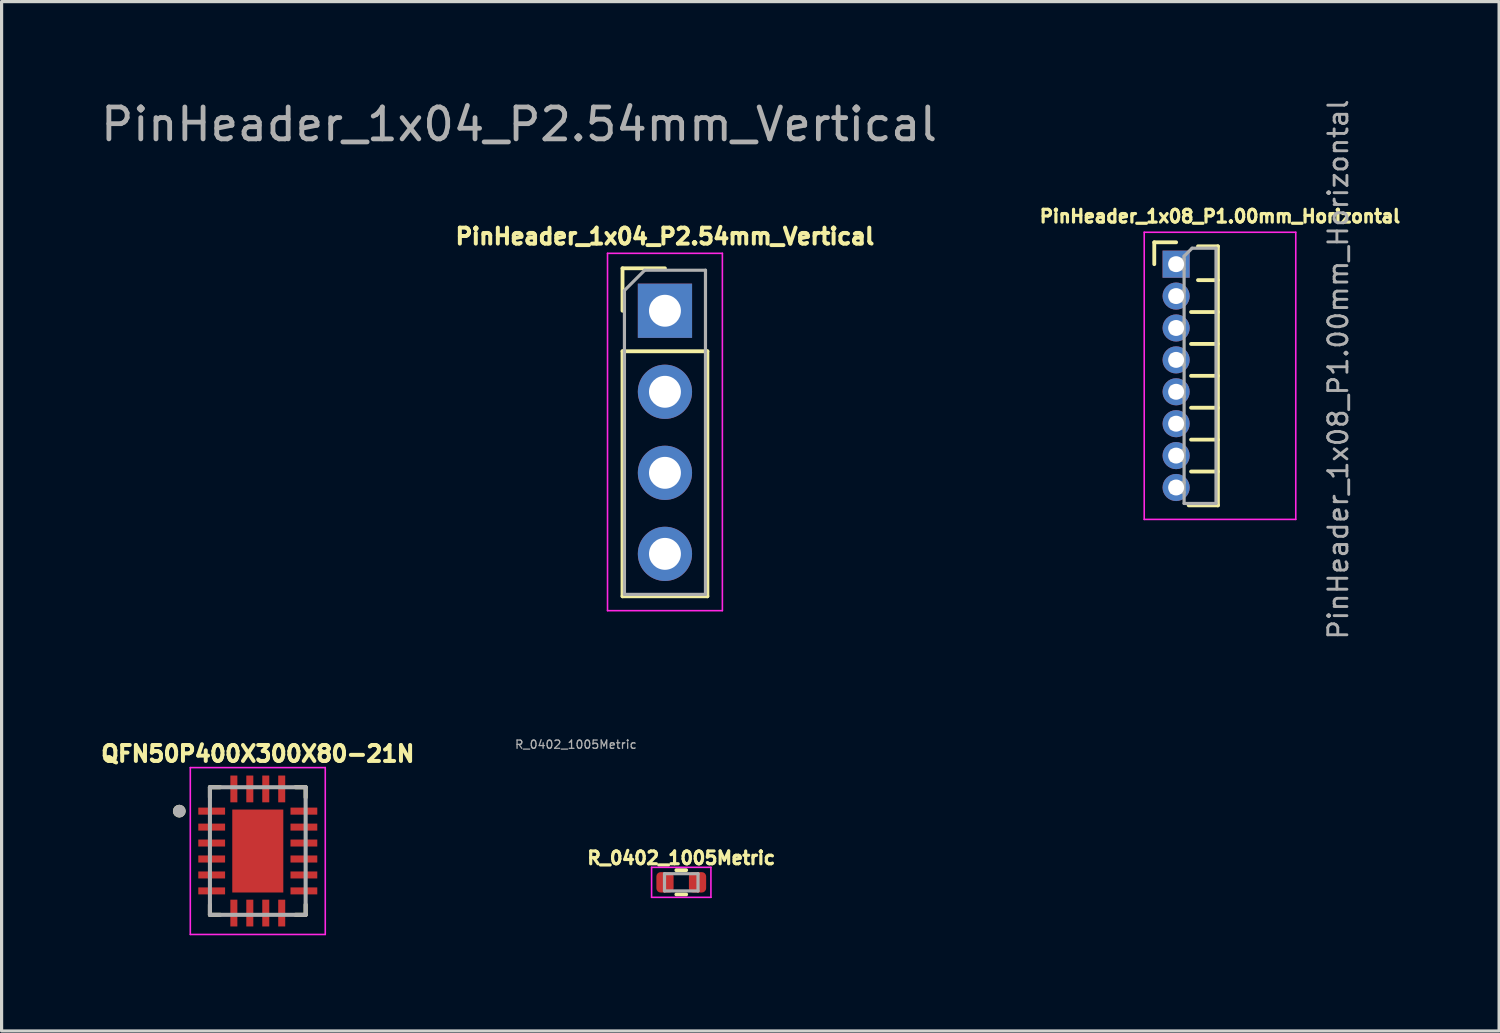
<source format=kicad_pcb>
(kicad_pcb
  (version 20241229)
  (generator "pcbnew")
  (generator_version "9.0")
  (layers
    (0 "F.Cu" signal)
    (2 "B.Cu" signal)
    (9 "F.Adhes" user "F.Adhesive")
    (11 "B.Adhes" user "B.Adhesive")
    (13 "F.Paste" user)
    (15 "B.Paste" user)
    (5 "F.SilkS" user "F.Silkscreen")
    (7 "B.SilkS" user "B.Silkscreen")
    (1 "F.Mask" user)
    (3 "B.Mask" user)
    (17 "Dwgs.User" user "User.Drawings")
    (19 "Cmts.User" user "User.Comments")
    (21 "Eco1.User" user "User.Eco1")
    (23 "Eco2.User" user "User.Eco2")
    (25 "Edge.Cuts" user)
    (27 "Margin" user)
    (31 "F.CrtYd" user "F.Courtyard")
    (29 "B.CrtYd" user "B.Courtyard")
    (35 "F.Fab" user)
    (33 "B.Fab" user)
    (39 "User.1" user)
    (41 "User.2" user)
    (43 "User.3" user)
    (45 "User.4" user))
  (footprint "QFN50P400X300X80-21N"
    (layer "F.Cu")
    (at 5.03 23.624)
    (property "Reference" "QFN50P400X300X80-21N" (at 0 -3.048 0) (layer "F.SilkS") (effects (font (size 0.5 0.5) (thickness 0.125))))
    (attr smd)
    (fp_line (start -1.5 -2) (end -1.5 -1.68) (stroke (width 0.127) (type solid)) (layer "F.SilkS"))
    (fp_line (start -1.5 -2) (end -1.18 -2) (stroke (width 0.127) (type solid)) (layer "F.SilkS"))
    (fp_line (start -1.5 2) (end -1.5 1.68) (stroke (width 0.127) (type solid)) (layer "F.SilkS"))
    (fp_line (start -1.5 2) (end -1.18 2) (stroke (width 0.127) (type solid)) (layer "F.SilkS"))
    (fp_line (start 1.5 -2) (end 1.18 -2) (stroke (width 0.127) (type solid)) (layer "F.SilkS"))
    (fp_line (start 1.5 -2) (end 1.5 -1.68) (stroke (width 0.127) (type solid)) (layer "F.SilkS"))
    (fp_line (start 1.5 2) (end 1.18 2) (stroke (width 0.127) (type solid)) (layer "F.SilkS"))
    (fp_line (start 1.5 2) (end 1.5 1.68) (stroke (width 0.127) (type solid)) (layer "F.SilkS"))
    (fp_circle (center -2.46 -1.25) (end -2.36 -1.25) (stroke (width 0.2) (type solid)) (fill no) (layer "F.SilkS"))
    (fp_poly (pts (xy -0.51 -0.82) (xy 0.51 -0.82) (xy 0.51 0.82) (xy -0.51 0.82)) (stroke (width 0.01) (type solid)) (fill yes) (layer "F.Paste"))
    (fp_line (start -2.115 -2.615) (end 2.115 -2.615) (stroke (width 0.05) (type solid)) (layer "F.CrtYd"))
    (fp_line (start -2.115 2.615) (end -2.115 -2.615) (stroke (width 0.05) (type solid)) (layer "F.CrtYd"))
    (fp_line (start -2.115 2.615) (end 2.115 2.615) (stroke (width 0.05) (type solid)) (layer "F.CrtYd"))
    (fp_line (start 2.115 2.615) (end 2.115 -2.615) (stroke (width 0.05) (type solid)) (layer "F.CrtYd"))
    (fp_line (start -1.5 2) (end -1.5 -2) (stroke (width 0.127) (type solid)) (layer "F.Fab"))
    (fp_line (start 1.5 -2) (end -1.5 -2) (stroke (width 0.127) (type solid)) (layer "F.Fab"))
    (fp_line (start 1.5 2) (end -1.5 2) (stroke (width 0.127) (type solid)) (layer "F.Fab"))
    (fp_line (start 1.5 2) (end 1.5 -2) (stroke (width 0.127) (type solid)) (layer "F.Fab"))
    (fp_circle (center -2.46 -1.25) (end -2.36 -1.25) (stroke (width 0.2) (type solid)) (fill no) (layer "F.Fab"))
    (pad "1" smd roundrect (at -1.445 -1.25) (size 0.84 0.22) (layers "F.Cu" "F.Mask" "F.Paste") (roundrect_rratio 0.03))
    (pad "2" smd roundrect (at -1.445 -0.75) (size 0.84 0.22) (layers "F.Cu" "F.Mask" "F.Paste") (roundrect_rratio 0.03))
    (pad "3" smd roundrect (at -1.445 -0.25) (size 0.84 0.22) (layers "F.Cu" "F.Mask" "F.Paste") (roundrect_rratio 0.03))
    (pad "4" smd roundrect (at -1.445 0.25) (size 0.84 0.22) (layers "F.Cu" "F.Mask" "F.Paste") (roundrect_rratio 0.03))
    (pad "5" smd roundrect (at -1.445 0.75) (size 0.84 0.22) (layers "F.Cu" "F.Mask" "F.Paste") (roundrect_rratio 0.03))
    (pad "6" smd roundrect (at -1.445 1.25) (size 0.84 0.22) (layers "F.Cu" "F.Mask" "F.Paste") (roundrect_rratio 0.03))
    (pad "7" smd roundrect (at -0.75 1.945 90) (size 0.84 0.22) (layers "F.Cu" "F.Mask" "F.Paste") (roundrect_rratio 0.03))
    (pad "8" smd roundrect (at -0.25 1.945 90) (size 0.84 0.22) (layers "F.Cu" "F.Mask" "F.Paste") (roundrect_rratio 0.03))
    (pad "9" smd roundrect (at 0.25 1.945 90) (size 0.84 0.22) (layers "F.Cu" "F.Mask" "F.Paste") (roundrect_rratio 0.03))
    (pad "10" smd roundrect (at 0.75 1.945 90) (size 0.84 0.22) (layers "F.Cu" "F.Mask" "F.Paste") (roundrect_rratio 0.03))
    (pad "11" smd roundrect (at 1.445 1.25) (size 0.84 0.22) (layers "F.Cu" "F.Mask" "F.Paste") (roundrect_rratio 0.03))
    (pad "12" smd roundrect (at 1.445 0.75) (size 0.84 0.22) (layers "F.Cu" "F.Mask" "F.Paste") (roundrect_rratio 0.03))
    (pad "13" smd roundrect (at 1.445 0.25) (size 0.84 0.22) (layers "F.Cu" "F.Mask" "F.Paste") (roundrect_rratio 0.03))
    (pad "14" smd roundrect (at 1.445 -0.25) (size 0.84 0.22) (layers "F.Cu" "F.Mask" "F.Paste") (roundrect_rratio 0.03))
    (pad "15" smd roundrect (at 1.445 -0.75) (size 0.84 0.22) (layers "F.Cu" "F.Mask" "F.Paste") (roundrect_rratio 0.03))
    (pad "16" smd roundrect (at 1.445 -1.25) (size 0.84 0.22) (layers "F.Cu" "F.Mask" "F.Paste") (roundrect_rratio 0.03))
    (pad "17" smd roundrect (at 0.75 -1.945 90) (size 0.84 0.22) (layers "F.Cu" "F.Mask" "F.Paste") (roundrect_rratio 0.03))
    (pad "18" smd roundrect (at 0.25 -1.945 90) (size 0.84 0.22) (layers "F.Cu" "F.Mask" "F.Paste") (roundrect_rratio 0.03))
    (pad "19" smd roundrect (at -0.25 -1.945 90) (size 0.84 0.22) (layers "F.Cu" "F.Mask" "F.Paste") (roundrect_rratio 0.03))
    (pad "20" smd roundrect (at -0.75 -1.945 90) (size 0.84 0.22) (layers "F.Cu" "F.Mask" "F.Paste") (roundrect_rratio 0.03))
    (pad "21" smd rect (at 0 0) (size 1.6 2.6) (layers "F.Cu" "F.Mask")))
  (footprint "R_0402_1005Metric"
    (layer "F.Cu")
    (at 18.303 24.605)
    (property "Reference" "R_0402_1005Metric" (at 0 -0.762 0) (layer "F.SilkS") (effects (font (size 0.4 0.4) (thickness 0.1))))
    (attr smd)
    (fp_line (start -0.154 -0.38) (end 0.154 -0.38) (stroke (width 0.12) (type solid)) (layer "F.SilkS"))
    (fp_line (start -0.154 0.38) (end 0.154 0.38) (stroke (width 0.12) (type solid)) (layer "F.SilkS"))
    (fp_line (start -0.93 -0.47) (end 0.93 -0.47) (stroke (width 0.05) (type solid)) (layer "F.CrtYd"))
    (fp_line (start -0.93 0.47) (end -0.93 -0.47) (stroke (width 0.05) (type solid)) (layer "F.CrtYd"))
    (fp_line (start 0.93 -0.47) (end 0.93 0.47) (stroke (width 0.05) (type solid)) (layer "F.CrtYd"))
    (fp_line (start 0.93 0.47) (end -0.93 0.47) (stroke (width 0.05) (type solid)) (layer "F.CrtYd"))
    (fp_line (start -0.525 -0.27) (end 0.525 -0.27) (stroke (width 0.1) (type solid)) (layer "F.Fab"))
    (fp_line (start -0.525 0.27) (end -0.525 -0.27) (stroke (width 0.1) (type solid)) (layer "F.Fab"))
    (fp_line (start 0.525 -0.27) (end 0.525 0.27) (stroke (width 0.1) (type solid)) (layer "F.Fab"))
    (fp_line (start 0.525 0.27) (end -0.525 0.27) (stroke (width 0.1) (type solid)) (layer "F.Fab"))
    (fp_text user "${REFERENCE}" (at -3.302 -4.318 0) (layer "F.Fab") (effects (font (size 0.26 0.26) (thickness 0.04))))
    (pad "1" smd roundrect (at -0.51 0) (size 0.54 0.64) (layers "F.Cu" "F.Mask" "F.Paste") (roundrect_rratio 0.25))
    (pad "2" smd roundrect (at 0.51 0) (size 0.54 0.64) (layers "F.Cu" "F.Mask" "F.Paste") (roundrect_rratio 0.25)))
  (footprint "PinHeader_1x04_P2.54mm_Vertical"
    (layer "F.Cu")
    (at 17.792 6.69)
    (property "Reference" "PinHeader_1x04_P2.54mm_Vertical" (at 0 -2.33 0) (layer "F.SilkS") (effects (font (size 0.5 0.5) (thickness 0.125))))
    (attr through_hole)
    (fp_line (start -1.33 -1.33) (end 0 -1.33) (stroke (width 0.12) (type solid)) (layer "F.SilkS"))
    (fp_line (start -1.33 0) (end -1.33 -1.33) (stroke (width 0.12) (type solid)) (layer "F.SilkS"))
    (fp_line (start -1.33 1.27) (end -1.33 8.95) (stroke (width 0.12) (type solid)) (layer "F.SilkS"))
    (fp_line (start -1.33 1.27) (end 1.33 1.27) (stroke (width 0.12) (type solid)) (layer "F.SilkS"))
    (fp_line (start -1.33 8.95) (end 1.33 8.95) (stroke (width 0.12) (type solid)) (layer "F.SilkS"))
    (fp_line (start 1.33 1.27) (end 1.33 8.95) (stroke (width 0.12) (type solid)) (layer "F.SilkS"))
    (fp_line (start -1.8 -1.8) (end -1.8 9.4) (stroke (width 0.05) (type solid)) (layer "F.CrtYd"))
    (fp_line (start -1.8 9.4) (end 1.8 9.4) (stroke (width 0.05) (type solid)) (layer "F.CrtYd"))
    (fp_line (start 1.8 -1.8) (end -1.8 -1.8) (stroke (width 0.05) (type solid)) (layer "F.CrtYd"))
    (fp_line (start 1.8 9.4) (end 1.8 -1.8) (stroke (width 0.05) (type solid)) (layer "F.CrtYd"))
    (fp_line (start -1.27 -0.635) (end -0.635 -1.27) (stroke (width 0.1) (type solid)) (layer "F.Fab"))
    (fp_line (start -1.27 8.89) (end -1.27 -0.635) (stroke (width 0.1) (type solid)) (layer "F.Fab"))
    (fp_line (start -0.635 -1.27) (end 1.27 -1.27) (stroke (width 0.1) (type solid)) (layer "F.Fab"))
    (fp_line (start 1.27 -1.27) (end 1.27 8.89) (stroke (width 0.1) (type solid)) (layer "F.Fab"))
    (fp_line (start 1.27 8.89) (end -1.27 8.89) (stroke (width 0.1) (type solid)) (layer "F.Fab"))
    (fp_text user "${REFERENCE}" (at -4.572 -5.842 180) (layer "F.Fab") (effects (font (size 1 1) (thickness 0.15))))
    (pad "1" thru_hole rect (at 0 0) (size 1.7 1.7) (drill 1) (layers "*.Cu" "*.Mask"))
    (pad "2" thru_hole oval (at 0 2.54) (size 1.7 1.7) (drill 1) (layers "*.Cu" "*.Mask"))
    (pad "3" thru_hole oval (at 0 5.08) (size 1.7 1.7) (drill 1) (layers "*.Cu" "*.Mask"))
    (pad "4" thru_hole oval (at 0 7.62) (size 1.7 1.7) (drill 1) (layers "*.Cu" "*.Mask")))
  (footprint "PinHeader_1x08_P1.00mm_Horizontal"
    (layer "F.Cu")
    (at 33.814 5.23)
    (property "Reference" "PinHeader_1x08_P1.00mm_Horizontal" (at 1.375 -1.5 0) (layer "F.SilkS") (effects (font (size 0.4 0.4) (thickness 0.1))))
    (attr through_hole)
    (fp_line (start -0.685 -0.685) (end 0 -0.685) (stroke (width 0.12) (type solid)) (layer "F.SilkS"))
    (fp_line (start -0.685 0) (end -0.685 -0.685) (stroke (width 0.12) (type solid)) (layer "F.SilkS"))
    (fp_line (start 0.468 1.5) (end 1.31 1.5) (stroke (width 0.12) (type solid)) (layer "F.SilkS"))
    (fp_line (start 0.468 2.5) (end 1.31 2.5) (stroke (width 0.12) (type solid)) (layer "F.SilkS"))
    (fp_line (start 0.468 3.5) (end 1.31 3.5) (stroke (width 0.12) (type solid)) (layer "F.SilkS"))
    (fp_line (start 0.468 4.5) (end 1.31 4.5) (stroke (width 0.12) (type solid)) (layer "F.SilkS"))
    (fp_line (start 0.468 5.5) (end 1.31 5.5) (stroke (width 0.12) (type solid)) (layer "F.SilkS"))
    (fp_line (start 0.468 6.5) (end 1.31 6.5) (stroke (width 0.12) (type solid)) (layer "F.SilkS"))
    (fp_line (start 0.685 -0.56) (end 1.31 -0.56) (stroke (width 0.12) (type solid)) (layer "F.SilkS"))
    (fp_line (start 0.685 0.5) (end 1.31 0.5) (stroke (width 0.12) (type solid)) (layer "F.SilkS"))
    (fp_line (start 1.31 -0.56) (end 1.31 7.56) (stroke (width 0.12) (type solid)) (layer "F.SilkS"))
    (fp_line (start 1.31 7.56) (end 0.394 7.56) (stroke (width 0.12) (type solid)) (layer "F.SilkS"))
    (fp_line (start -1 -1) (end -1 8) (stroke (width 0.05) (type solid)) (layer "F.CrtYd"))
    (fp_line (start -1 8) (end 3.75 8) (stroke (width 0.05) (type solid)) (layer "F.CrtYd"))
    (fp_line (start 3.75 -1) (end -1 -1) (stroke (width 0.05) (type solid)) (layer "F.CrtYd"))
    (fp_line (start 3.75 8) (end 3.75 -1) (stroke (width 0.05) (type solid)) (layer "F.CrtYd"))
    (fp_line (start -0.15 -0.15) (end -0.15 0.15) (stroke (width 0.1) (type solid)) (layer "F.Fab"))
    (fp_line (start -0.15 -0.15) (end 0.25 -0.15) (stroke (width 0.1) (type solid)) (layer "F.Fab"))
    (fp_line (start -0.15 0.15) (end 0.25 0.15) (stroke (width 0.1) (type solid)) (layer "F.Fab"))
    (fp_line (start -0.15 0.85) (end -0.15 1.15) (stroke (width 0.1) (type solid)) (layer "F.Fab"))
    (fp_line (start -0.15 0.85) (end 0.25 0.85) (stroke (width 0.1) (type solid)) (layer "F.Fab"))
    (fp_line (start -0.15 1.15) (end 0.25 1.15) (stroke (width 0.1) (type solid)) (layer "F.Fab"))
    (fp_line (start -0.15 1.85) (end -0.15 2.15) (stroke (width 0.1) (type solid)) (layer "F.Fab"))
    (fp_line (start -0.15 1.85) (end 0.25 1.85) (stroke (width 0.1) (type solid)) (layer "F.Fab"))
    (fp_line (start -0.15 2.15) (end 0.25 2.15) (stroke (width 0.1) (type solid)) (layer "F.Fab"))
    (fp_line (start -0.15 2.85) (end -0.15 3.15) (stroke (width 0.1) (type solid)) (layer "F.Fab"))
    (fp_line (start -0.15 2.85) (end 0.25 2.85) (stroke (width 0.1) (type solid)) (layer "F.Fab"))
    (fp_line (start -0.15 3.15) (end 0.25 3.15) (stroke (width 0.1) (type solid)) (layer "F.Fab"))
    (fp_line (start -0.15 3.85) (end -0.15 4.15) (stroke (width 0.1) (type solid)) (layer "F.Fab"))
    (fp_line (start -0.15 3.85) (end 0.25 3.85) (stroke (width 0.1) (type solid)) (layer "F.Fab"))
    (fp_line (start -0.15 4.15) (end 0.25 4.15) (stroke (width 0.1) (type solid)) (layer "F.Fab"))
    (fp_line (start -0.15 4.85) (end -0.15 5.15) (stroke (width 0.1) (type solid)) (layer "F.Fab"))
    (fp_line (start -0.15 4.85) (end 0.25 4.85) (stroke (width 0.1) (type solid)) (layer "F.Fab"))
    (fp_line (start -0.15 5.15) (end 0.25 5.15) (stroke (width 0.1) (type solid)) (layer "F.Fab"))
    (fp_line (start -0.15 5.85) (end -0.15 6.15) (stroke (width 0.1) (type solid)) (layer "F.Fab"))
    (fp_line (start -0.15 5.85) (end 0.25 5.85) (stroke (width 0.1) (type solid)) (layer "F.Fab"))
    (fp_line (start -0.15 6.15) (end 0.25 6.15) (stroke (width 0.1) (type solid)) (layer "F.Fab"))
    (fp_line (start -0.15 6.85) (end -0.15 7.15) (stroke (width 0.1) (type solid)) (layer "F.Fab"))
    (fp_line (start -0.15 6.85) (end 0.25 6.85) (stroke (width 0.1) (type solid)) (layer "F.Fab"))
    (fp_line (start -0.15 7.15) (end 0.25 7.15) (stroke (width 0.1) (type solid)) (layer "F.Fab"))
    (fp_line (start 0.25 -0.25) (end 0.5 -0.5) (stroke (width 0.1) (type solid)) (layer "F.Fab"))
    (fp_line (start 0.25 7.5) (end 0.25 -0.25) (stroke (width 0.1) (type solid)) (layer "F.Fab"))
    (fp_line (start 0.5 -0.5) (end 1.25 -0.5) (stroke (width 0.1) (type solid)) (layer "F.Fab"))
    (fp_line (start 1.25 -0.5) (end 1.25 7.5) (stroke (width 0.1) (type solid)) (layer "F.Fab"))
    (fp_line (start 1.25 7.5) (end 0.25 7.5) (stroke (width 0.1) (type solid)) (layer "F.Fab"))
    (fp_text user "${REFERENCE}" (at 5.08 3.302 90) (layer "F.Fab") (effects (font (size 0.6 0.6) (thickness 0.09))))
    (pad "1" thru_hole rect (at 0 0) (size 0.85 0.85) (drill 0.5) (layers "*.Cu" "*.Mask"))
    (pad "2" thru_hole oval (at 0 1) (size 0.85 0.85) (drill 0.5) (layers "*.Cu" "*.Mask"))
    (pad "3" thru_hole oval (at 0 2) (size 0.85 0.85) (drill 0.5) (layers "*.Cu" "*.Mask"))
    (pad "4" thru_hole oval (at 0 3) (size 0.85 0.85) (drill 0.5) (layers "*.Cu" "*.Mask"))
    (pad "5" thru_hole oval (at 0 4) (size 0.85 0.85) (drill 0.5) (layers "*.Cu" "*.Mask"))
    (pad "6" thru_hole oval (at 0 5) (size 0.85 0.85) (drill 0.5) (layers "*.Cu" "*.Mask"))
    (pad "7" thru_hole oval (at 0 6) (size 0.85 0.85) (drill 0.5) (layers "*.Cu" "*.Mask"))
    (pad "8" thru_hole oval (at 0 7) (size 0.85 0.85) (drill 0.5) (layers "*.Cu" "*.Mask")))
  (gr_rect
    (start -3 -3)
    (end 43.937 29.264)
    (stroke (width 0.1) (type default))
    (fill no)
    (layer "Edge.Cuts")))
</source>
